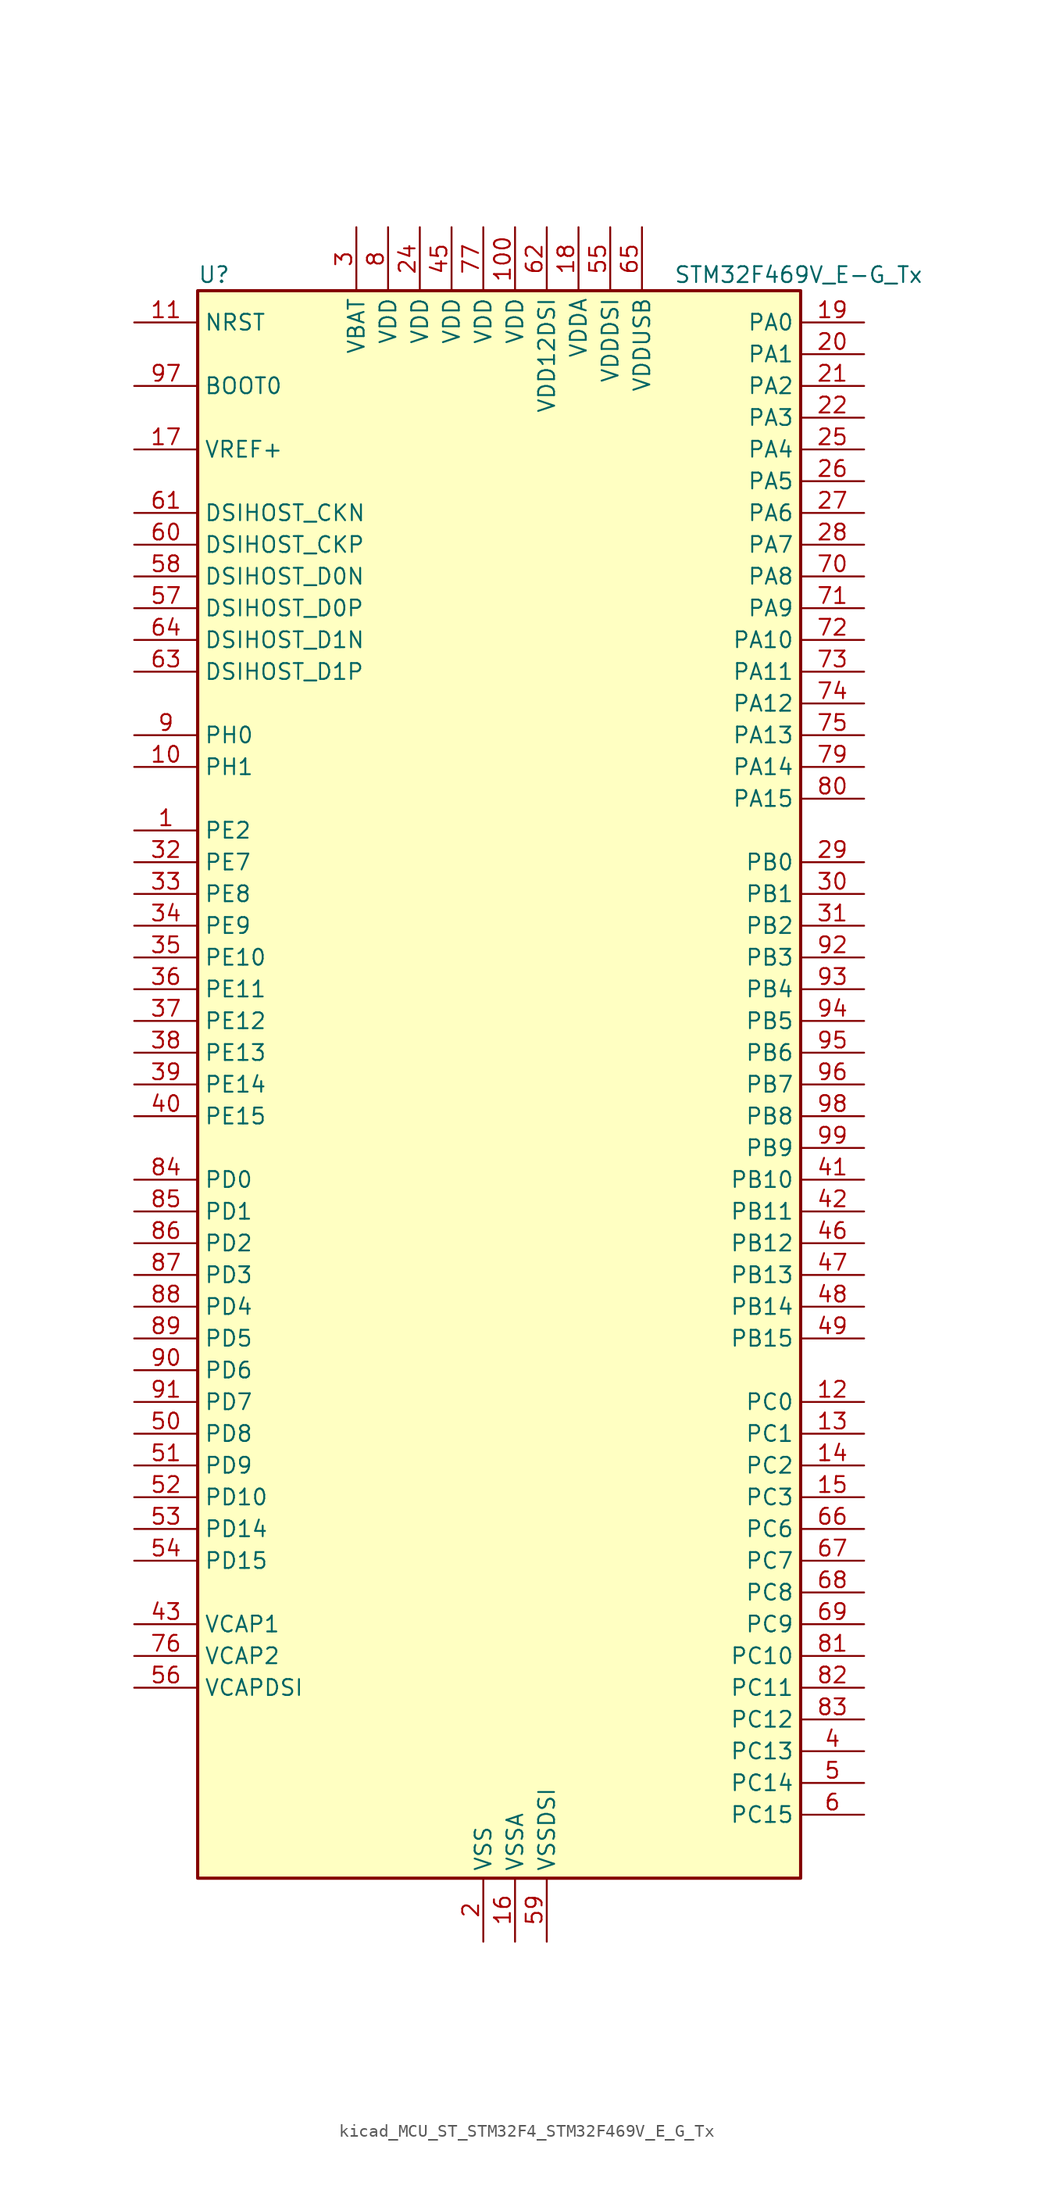
<source format=kicad_sym>
(kicad_symbol_lib
  (version 20220914)
  (generator kicad_symbol_editor)
  (symbol "kicad_MCU_ST_STM32F4_STM32F469V_E_G_Tx"
    (property "Reference" "U"
      (at -22.86 64.77 0)
      (effects (font (size 1.27 1.27)) (justify left)))
    (property "Value" "STM32F469V_E-G_Tx"
      (at 15.24 64.77 0)
      (effects (font (size 1.27 1.27)) (justify left)))
    (property "ki_locked" ""
      (at 0 0 0)
      (effects (font (size 1.27 1.27))))
    (symbol "kicad_MCU_ST_STM32F4_STM32F469V_E_G_Tx_0_1"
      (rectangle (start -22.86 -63.5) (end 25.4 63.5) (stroke (width 0.254) (type default)) (fill (type background))))
    (symbol "kicad_MCU_ST_STM32F4_STM32F469V_E_G_Tx_1_1"
      (pin bidirectional line (at -27.94 20.32 0) (length 5.08) (name "PE2" (effects (font (size 1.27 1.27)))) (number "1" (effects (font (size 1.27 1.27)))) (alternate "FMC_A23" bidirectional line) (alternate "QUADSPI_BK1_IO2" bidirectional line) (alternate "SAI1_MCLK_A" bidirectional line) (alternate "SPI4_SCK" bidirectional line) (alternate "SYS_TRACECLK" bidirectional line))
      (pin bidirectional line (at -27.94 25.4 0) (length 5.08) (name "PH1" (effects (font (size 1.27 1.27)))) (number "10" (effects (font (size 1.27 1.27)))) (alternate "RCC_OSC_OUT" bidirectional line))
      (pin power_in line (at 2.54 68.58 270) (length 5.08) (name "VDD" (effects (font (size 1.27 1.27)))) (number "100" (effects (font (size 1.27 1.27)))))
      (pin input line (at -27.94 60.96 0) (length 5.08) (name "NRST" (effects (font (size 1.27 1.27)))) (number "11" (effects (font (size 1.27 1.27)))))
      (pin bidirectional line (at 30.48 -25.4 180) (length 5.08) (name "PC0" (effects (font (size 1.27 1.27)))) (number "12" (effects (font (size 1.27 1.27)))) (alternate "ADC1_IN10" bidirectional line) (alternate "ADC2_IN10" bidirectional line) (alternate "ADC3_IN10" bidirectional line) (alternate "FMC_SDNWE" bidirectional line) (alternate "LTDC_R5" bidirectional line) (alternate "USB_OTG_HS_ULPI_STP" bidirectional line))
      (pin bidirectional line (at 30.48 -27.94 180) (length 5.08) (name "PC1" (effects (font (size 1.27 1.27)))) (number "13" (effects (font (size 1.27 1.27)))) (alternate "ADC1_IN11" bidirectional line) (alternate "ADC2_IN11" bidirectional line) (alternate "ADC3_IN11" bidirectional line) (alternate "I2S2_SD" bidirectional line) (alternate "SAI1_SD_A" bidirectional line) (alternate "SPI2_MOSI" bidirectional line) (alternate "SYS_TRACED0" bidirectional line))
      (pin bidirectional line (at 30.48 -30.48 180) (length 5.08) (name "PC2" (effects (font (size 1.27 1.27)))) (number "14" (effects (font (size 1.27 1.27)))) (alternate "ADC1_IN12" bidirectional line) (alternate "ADC2_IN12" bidirectional line) (alternate "ADC3_IN12" bidirectional line) (alternate "FMC_SDNE0" bidirectional line) (alternate "I2S2_ext_SD" bidirectional line) (alternate "SPI2_MISO" bidirectional line) (alternate "USB_OTG_HS_ULPI_DIR" bidirectional line))
      (pin bidirectional line (at 30.48 -33.02 180) (length 5.08) (name "PC3" (effects (font (size 1.27 1.27)))) (number "15" (effects (font (size 1.27 1.27)))) (alternate "ADC1_IN13" bidirectional line) (alternate "ADC2_IN13" bidirectional line) (alternate "ADC3_IN13" bidirectional line) (alternate "FMC_SDCKE0" bidirectional line) (alternate "I2S2_SD" bidirectional line) (alternate "SPI2_MOSI" bidirectional line) (alternate "USB_OTG_HS_ULPI_NXT" bidirectional line))
      (pin power_in line (at 2.54 -68.58 90) (length 5.08) (name "VSSA" (effects (font (size 1.27 1.27)))) (number "16" (effects (font (size 1.27 1.27)))))
      (pin input line (at -27.94 50.8 0) (length 5.08) (name "VREF+" (effects (font (size 1.27 1.27)))) (number "17" (effects (font (size 1.27 1.27)))))
      (pin power_in line (at 7.62 68.58 270) (length 5.08) (name "VDDA" (effects (font (size 1.27 1.27)))) (number "18" (effects (font (size 1.27 1.27)))))
      (pin bidirectional line (at 30.48 60.96 180) (length 5.08) (name "PA0" (effects (font (size 1.27 1.27)))) (number "19" (effects (font (size 1.27 1.27)))) (alternate "ADC1_IN0" bidirectional line) (alternate "ADC2_IN0" bidirectional line) (alternate "ADC3_IN0" bidirectional line) (alternate "SYS_WKUP" bidirectional line) (alternate "TIM2_CH1" bidirectional line) (alternate "TIM2_ETR" bidirectional line) (alternate "TIM5_CH1" bidirectional line) (alternate "TIM8_ETR" bidirectional line) (alternate "UART4_TX" bidirectional line) (alternate "USART2_CTS" bidirectional line))
      (pin power_in line (at 0 -68.58 90) (length 5.08) (name "VSS" (effects (font (size 1.27 1.27)))) (number "2" (effects (font (size 1.27 1.27)))))
      (pin bidirectional line (at 30.48 58.42 180) (length 5.08) (name "PA1" (effects (font (size 1.27 1.27)))) (number "20" (effects (font (size 1.27 1.27)))) (alternate "ADC1_IN1" bidirectional line) (alternate "ADC2_IN1" bidirectional line) (alternate "ADC3_IN1" bidirectional line) (alternate "LTDC_R2" bidirectional line) (alternate "QUADSPI_BK1_IO3" bidirectional line) (alternate "TIM2_CH2" bidirectional line) (alternate "TIM5_CH2" bidirectional line) (alternate "UART4_RX" bidirectional line) (alternate "USART2_RTS" bidirectional line))
      (pin bidirectional line (at 30.48 55.88 180) (length 5.08) (name "PA2" (effects (font (size 1.27 1.27)))) (number "21" (effects (font (size 1.27 1.27)))) (alternate "ADC1_IN2" bidirectional line) (alternate "ADC2_IN2" bidirectional line) (alternate "ADC3_IN2" bidirectional line) (alternate "LTDC_R1" bidirectional line) (alternate "TIM2_CH3" bidirectional line) (alternate "TIM5_CH3" bidirectional line) (alternate "TIM9_CH1" bidirectional line) (alternate "USART2_TX" bidirectional line))
      (pin bidirectional line (at 30.48 53.34 180) (length 5.08) (name "PA3" (effects (font (size 1.27 1.27)))) (number "22" (effects (font (size 1.27 1.27)))) (alternate "ADC1_IN3" bidirectional line) (alternate "ADC2_IN3" bidirectional line) (alternate "ADC3_IN3" bidirectional line) (alternate "LTDC_B2" bidirectional line) (alternate "LTDC_B5" bidirectional line) (alternate "TIM2_CH4" bidirectional line) (alternate "TIM5_CH4" bidirectional line) (alternate "TIM9_CH2" bidirectional line) (alternate "USART2_RX" bidirectional line) (alternate "USB_OTG_HS_ULPI_D0" bidirectional line))
      (pin passive line (at 0 -68.58 90) (length 5.08) hide (name "VSS" (effects (font (size 1.27 1.27)))) (number "23" (effects (font (size 1.27 1.27)))))
      (pin power_in line (at -5.08 68.58 270) (length 5.08) (name "VDD" (effects (font (size 1.27 1.27)))) (number "24" (effects (font (size 1.27 1.27)))))
      (pin bidirectional line (at 30.48 50.8 180) (length 5.08) (name "PA4" (effects (font (size 1.27 1.27)))) (number "25" (effects (font (size 1.27 1.27)))) (alternate "ADC1_IN4" bidirectional line) (alternate "ADC2_IN4" bidirectional line) (alternate "DAC_OUT1" bidirectional line) (alternate "DCMI_HSYNC" bidirectional line) (alternate "I2S3_WS" bidirectional line) (alternate "LTDC_VSYNC" bidirectional line) (alternate "SPI1_NSS" bidirectional line) (alternate "SPI3_NSS" bidirectional line) (alternate "USART2_CK" bidirectional line) (alternate "USB_OTG_HS_SOF" bidirectional line))
      (pin bidirectional line (at 30.48 48.26 180) (length 5.08) (name "PA5" (effects (font (size 1.27 1.27)))) (number "26" (effects (font (size 1.27 1.27)))) (alternate "ADC1_IN5" bidirectional line) (alternate "ADC2_IN5" bidirectional line) (alternate "DAC_OUT2" bidirectional line) (alternate "LTDC_R4" bidirectional line) (alternate "SPI1_SCK" bidirectional line) (alternate "TIM2_CH1" bidirectional line) (alternate "TIM2_ETR" bidirectional line) (alternate "TIM8_CH1N" bidirectional line) (alternate "USB_OTG_HS_ULPI_CK" bidirectional line))
      (pin bidirectional line (at 30.48 45.72 180) (length 5.08) (name "PA6" (effects (font (size 1.27 1.27)))) (number "27" (effects (font (size 1.27 1.27)))) (alternate "ADC1_IN6" bidirectional line) (alternate "ADC2_IN6" bidirectional line) (alternate "DCMI_PIXCLK" bidirectional line) (alternate "LTDC_G2" bidirectional line) (alternate "SPI1_MISO" bidirectional line) (alternate "TIM13_CH1" bidirectional line) (alternate "TIM1_BKIN" bidirectional line) (alternate "TIM3_CH1" bidirectional line) (alternate "TIM8_BKIN" bidirectional line))
      (pin bidirectional line (at 30.48 43.18 180) (length 5.08) (name "PA7" (effects (font (size 1.27 1.27)))) (number "28" (effects (font (size 1.27 1.27)))) (alternate "ADC1_IN7" bidirectional line) (alternate "ADC2_IN7" bidirectional line) (alternate "FMC_SDNWE" bidirectional line) (alternate "QUADSPI_CLK" bidirectional line) (alternate "SPI1_MOSI" bidirectional line) (alternate "TIM14_CH1" bidirectional line) (alternate "TIM1_CH1N" bidirectional line) (alternate "TIM3_CH2" bidirectional line) (alternate "TIM8_CH1N" bidirectional line))
      (pin bidirectional line (at 30.48 17.78 180) (length 5.08) (name "PB0" (effects (font (size 1.27 1.27)))) (number "29" (effects (font (size 1.27 1.27)))) (alternate "ADC1_IN8" bidirectional line) (alternate "ADC2_IN8" bidirectional line) (alternate "LTDC_G1" bidirectional line) (alternate "LTDC_R3" bidirectional line) (alternate "TIM1_CH2N" bidirectional line) (alternate "TIM3_CH3" bidirectional line) (alternate "TIM8_CH2N" bidirectional line) (alternate "USB_OTG_HS_ULPI_D1" bidirectional line))
      (pin power_in line (at -10.16 68.58 270) (length 5.08) (name "VBAT" (effects (font (size 1.27 1.27)))) (number "3" (effects (font (size 1.27 1.27)))))
      (pin bidirectional line (at 30.48 15.24 180) (length 5.08) (name "PB1" (effects (font (size 1.27 1.27)))) (number "30" (effects (font (size 1.27 1.27)))) (alternate "ADC1_IN9" bidirectional line) (alternate "ADC2_IN9" bidirectional line) (alternate "LTDC_G0" bidirectional line) (alternate "LTDC_R6" bidirectional line) (alternate "TIM1_CH3N" bidirectional line) (alternate "TIM3_CH4" bidirectional line) (alternate "TIM8_CH3N" bidirectional line) (alternate "USB_OTG_HS_ULPI_D2" bidirectional line))
      (pin bidirectional line (at 30.48 12.7 180) (length 5.08) (name "PB2" (effects (font (size 1.27 1.27)))) (number "31" (effects (font (size 1.27 1.27)))))
      (pin bidirectional line (at -27.94 17.78 0) (length 5.08) (name "PE7" (effects (font (size 1.27 1.27)))) (number "32" (effects (font (size 1.27 1.27)))) (alternate "FMC_D4" bidirectional line) (alternate "FMC_DA4" bidirectional line) (alternate "QUADSPI_BK2_IO0" bidirectional line) (alternate "TIM1_ETR" bidirectional line) (alternate "UART7_RX" bidirectional line))
      (pin bidirectional line (at -27.94 15.24 0) (length 5.08) (name "PE8" (effects (font (size 1.27 1.27)))) (number "33" (effects (font (size 1.27 1.27)))) (alternate "FMC_D5" bidirectional line) (alternate "FMC_DA5" bidirectional line) (alternate "QUADSPI_BK2_IO1" bidirectional line) (alternate "TIM1_CH1N" bidirectional line) (alternate "UART7_TX" bidirectional line))
      (pin bidirectional line (at -27.94 12.7 0) (length 5.08) (name "PE9" (effects (font (size 1.27 1.27)))) (number "34" (effects (font (size 1.27 1.27)))) (alternate "DAC_EXTI9" bidirectional line) (alternate "FMC_D6" bidirectional line) (alternate "FMC_DA6" bidirectional line) (alternate "QUADSPI_BK2_IO2" bidirectional line) (alternate "TIM1_CH1" bidirectional line))
      (pin bidirectional line (at -27.94 10.16 0) (length 5.08) (name "PE10" (effects (font (size 1.27 1.27)))) (number "35" (effects (font (size 1.27 1.27)))) (alternate "FMC_D7" bidirectional line) (alternate "FMC_DA7" bidirectional line) (alternate "QUADSPI_BK2_IO3" bidirectional line) (alternate "TIM1_CH2N" bidirectional line))
      (pin bidirectional line (at -27.94 7.62 0) (length 5.08) (name "PE11" (effects (font (size 1.27 1.27)))) (number "36" (effects (font (size 1.27 1.27)))) (alternate "ADC1_EXTI11" bidirectional line) (alternate "ADC2_EXTI11" bidirectional line) (alternate "ADC3_EXTI11" bidirectional line) (alternate "FMC_D8" bidirectional line) (alternate "FMC_DA8" bidirectional line) (alternate "LTDC_G3" bidirectional line) (alternate "SPI4_NSS" bidirectional line) (alternate "TIM1_CH2" bidirectional line))
      (pin bidirectional line (at -27.94 5.08 0) (length 5.08) (name "PE12" (effects (font (size 1.27 1.27)))) (number "37" (effects (font (size 1.27 1.27)))) (alternate "FMC_D9" bidirectional line) (alternate "FMC_DA9" bidirectional line) (alternate "LTDC_B4" bidirectional line) (alternate "SPI4_SCK" bidirectional line) (alternate "TIM1_CH3N" bidirectional line))
      (pin bidirectional line (at -27.94 2.54 0) (length 5.08) (name "PE13" (effects (font (size 1.27 1.27)))) (number "38" (effects (font (size 1.27 1.27)))) (alternate "FMC_D10" bidirectional line) (alternate "FMC_DA10" bidirectional line) (alternate "LTDC_DE" bidirectional line) (alternate "SPI4_MISO" bidirectional line) (alternate "TIM1_CH3" bidirectional line))
      (pin bidirectional line (at -27.94 0 0) (length 5.08) (name "PE14" (effects (font (size 1.27 1.27)))) (number "39" (effects (font (size 1.27 1.27)))) (alternate "FMC_D11" bidirectional line) (alternate "FMC_DA11" bidirectional line) (alternate "LTDC_CLK" bidirectional line) (alternate "SPI4_MOSI" bidirectional line) (alternate "TIM1_CH4" bidirectional line))
      (pin bidirectional line (at 30.48 -53.34 180) (length 5.08) (name "PC13" (effects (font (size 1.27 1.27)))) (number "4" (effects (font (size 1.27 1.27)))) (alternate "RTC_AF1" bidirectional line))
      (pin bidirectional line (at -27.94 -2.54 0) (length 5.08) (name "PE15" (effects (font (size 1.27 1.27)))) (number "40" (effects (font (size 1.27 1.27)))) (alternate "ADC1_EXTI15" bidirectional line) (alternate "ADC2_EXTI15" bidirectional line) (alternate "ADC3_EXTI15" bidirectional line) (alternate "FMC_D12" bidirectional line) (alternate "FMC_DA12" bidirectional line) (alternate "LTDC_R7" bidirectional line) (alternate "TIM1_BKIN" bidirectional line))
      (pin bidirectional line (at 30.48 -7.62 180) (length 5.08) (name "PB10" (effects (font (size 1.27 1.27)))) (number "41" (effects (font (size 1.27 1.27)))) (alternate "I2C2_SCL" bidirectional line) (alternate "I2S2_CK" bidirectional line) (alternate "LTDC_G4" bidirectional line) (alternate "QUADSPI_BK1_NCS" bidirectional line) (alternate "SPI2_SCK" bidirectional line) (alternate "TIM2_CH3" bidirectional line) (alternate "USART3_TX" bidirectional line) (alternate "USB_OTG_HS_ULPI_D3" bidirectional line))
      (pin bidirectional line (at 30.48 -10.16 180) (length 5.08) (name "PB11" (effects (font (size 1.27 1.27)))) (number "42" (effects (font (size 1.27 1.27)))) (alternate "ADC1_EXTI11" bidirectional line) (alternate "ADC2_EXTI11" bidirectional line) (alternate "ADC3_EXTI11" bidirectional line) (alternate "DSIHOST_TE" bidirectional line) (alternate "I2C2_SDA" bidirectional line) (alternate "LTDC_G5" bidirectional line) (alternate "TIM2_CH4" bidirectional line) (alternate "USART3_RX" bidirectional line) (alternate "USB_OTG_HS_ULPI_D4" bidirectional line))
      (pin power_out line (at -27.94 -43.18 0) (length 5.08) (name "VCAP1" (effects (font (size 1.27 1.27)))) (number "43" (effects (font (size 1.27 1.27)))))
      (pin passive line (at 0 -68.58 90) (length 5.08) hide (name "VSS" (effects (font (size 1.27 1.27)))) (number "44" (effects (font (size 1.27 1.27)))))
      (pin power_in line (at -2.54 68.58 270) (length 5.08) (name "VDD" (effects (font (size 1.27 1.27)))) (number "45" (effects (font (size 1.27 1.27)))))
      (pin bidirectional line (at 30.48 -12.7 180) (length 5.08) (name "PB12" (effects (font (size 1.27 1.27)))) (number "46" (effects (font (size 1.27 1.27)))) (alternate "CAN2_RX" bidirectional line) (alternate "I2C2_SMBA" bidirectional line) (alternate "I2S2_WS" bidirectional line) (alternate "SPI2_NSS" bidirectional line) (alternate "TIM1_BKIN" bidirectional line) (alternate "USART3_CK" bidirectional line) (alternate "USB_OTG_HS_ID" bidirectional line) (alternate "USB_OTG_HS_ULPI_D5" bidirectional line))
      (pin bidirectional line (at 30.48 -15.24 180) (length 5.08) (name "PB13" (effects (font (size 1.27 1.27)))) (number "47" (effects (font (size 1.27 1.27)))) (alternate "CAN2_TX" bidirectional line) (alternate "I2S2_CK" bidirectional line) (alternate "SPI2_SCK" bidirectional line) (alternate "TIM1_CH1N" bidirectional line) (alternate "USART3_CTS" bidirectional line) (alternate "USB_OTG_HS_ULPI_D6" bidirectional line) (alternate "USB_OTG_HS_VBUS" bidirectional line))
      (pin bidirectional line (at 30.48 -17.78 180) (length 5.08) (name "PB14" (effects (font (size 1.27 1.27)))) (number "48" (effects (font (size 1.27 1.27)))) (alternate "I2S2_ext_SD" bidirectional line) (alternate "SPI2_MISO" bidirectional line) (alternate "TIM12_CH1" bidirectional line) (alternate "TIM1_CH2N" bidirectional line) (alternate "TIM8_CH2N" bidirectional line) (alternate "USART3_RTS" bidirectional line) (alternate "USB_OTG_HS_DM" bidirectional line))
      (pin bidirectional line (at 30.48 -20.32 180) (length 5.08) (name "PB15" (effects (font (size 1.27 1.27)))) (number "49" (effects (font (size 1.27 1.27)))) (alternate "ADC1_EXTI15" bidirectional line) (alternate "ADC2_EXTI15" bidirectional line) (alternate "ADC3_EXTI15" bidirectional line) (alternate "I2S2_SD" bidirectional line) (alternate "RTC_REFIN" bidirectional line) (alternate "SPI2_MOSI" bidirectional line) (alternate "TIM12_CH2" bidirectional line) (alternate "TIM1_CH3N" bidirectional line) (alternate "TIM8_CH3N" bidirectional line) (alternate "USB_OTG_HS_DP" bidirectional line))
      (pin bidirectional line (at 30.48 -55.88 180) (length 5.08) (name "PC14" (effects (font (size 1.27 1.27)))) (number "5" (effects (font (size 1.27 1.27)))) (alternate "RCC_OSC32_IN" bidirectional line))
      (pin bidirectional line (at -27.94 -27.94 0) (length 5.08) (name "PD8" (effects (font (size 1.27 1.27)))) (number "50" (effects (font (size 1.27 1.27)))) (alternate "FMC_D13" bidirectional line) (alternate "FMC_DA13" bidirectional line) (alternate "USART3_TX" bidirectional line))
      (pin bidirectional line (at -27.94 -30.48 0) (length 5.08) (name "PD9" (effects (font (size 1.27 1.27)))) (number "51" (effects (font (size 1.27 1.27)))) (alternate "DAC_EXTI9" bidirectional line) (alternate "FMC_D14" bidirectional line) (alternate "FMC_DA14" bidirectional line) (alternate "USART3_RX" bidirectional line))
      (pin bidirectional line (at -27.94 -33.02 0) (length 5.08) (name "PD10" (effects (font (size 1.27 1.27)))) (number "52" (effects (font (size 1.27 1.27)))) (alternate "FMC_D15" bidirectional line) (alternate "FMC_DA15" bidirectional line) (alternate "LTDC_B3" bidirectional line) (alternate "USART3_CK" bidirectional line))
      (pin bidirectional line (at -27.94 -35.56 0) (length 5.08) (name "PD14" (effects (font (size 1.27 1.27)))) (number "53" (effects (font (size 1.27 1.27)))) (alternate "FMC_D0" bidirectional line) (alternate "FMC_DA0" bidirectional line) (alternate "TIM4_CH3" bidirectional line))
      (pin bidirectional line (at -27.94 -38.1 0) (length 5.08) (name "PD15" (effects (font (size 1.27 1.27)))) (number "54" (effects (font (size 1.27 1.27)))) (alternate "ADC1_EXTI15" bidirectional line) (alternate "ADC2_EXTI15" bidirectional line) (alternate "ADC3_EXTI15" bidirectional line) (alternate "FMC_D1" bidirectional line) (alternate "FMC_DA1" bidirectional line) (alternate "TIM4_CH4" bidirectional line))
      (pin power_in line (at 10.16 68.58 270) (length 5.08) (name "VDDDSI" (effects (font (size 1.27 1.27)))) (number "55" (effects (font (size 1.27 1.27)))))
      (pin power_out line (at -27.94 -48.26 0) (length 5.08) (name "VCAPDSI" (effects (font (size 1.27 1.27)))) (number "56" (effects (font (size 1.27 1.27)))))
      (pin bidirectional line (at -27.94 38.1 0) (length 5.08) (name "DSIHOST_D0P" (effects (font (size 1.27 1.27)))) (number "57" (effects (font (size 1.27 1.27)))) (alternate "DSIHOST_D0P" bidirectional line))
      (pin bidirectional line (at -27.94 40.64 0) (length 5.08) (name "DSIHOST_D0N" (effects (font (size 1.27 1.27)))) (number "58" (effects (font (size 1.27 1.27)))) (alternate "DSIHOST_D0N" bidirectional line))
      (pin power_in line (at 5.08 -68.58 90) (length 5.08) (name "VSSDSI" (effects (font (size 1.27 1.27)))) (number "59" (effects (font (size 1.27 1.27)))))
      (pin bidirectional line (at 30.48 -58.42 180) (length 5.08) (name "PC15" (effects (font (size 1.27 1.27)))) (number "6" (effects (font (size 1.27 1.27)))) (alternate "ADC1_EXTI15" bidirectional line) (alternate "ADC2_EXTI15" bidirectional line) (alternate "ADC3_EXTI15" bidirectional line) (alternate "RCC_OSC32_OUT" bidirectional line))
      (pin bidirectional line (at -27.94 43.18 0) (length 5.08) (name "DSIHOST_CKP" (effects (font (size 1.27 1.27)))) (number "60" (effects (font (size 1.27 1.27)))) (alternate "DSIHOST_CKP" bidirectional line))
      (pin bidirectional line (at -27.94 45.72 0) (length 5.08) (name "DSIHOST_CKN" (effects (font (size 1.27 1.27)))) (number "61" (effects (font (size 1.27 1.27)))) (alternate "DSIHOST_CKN" bidirectional line))
      (pin power_in line (at 5.08 68.58 270) (length 5.08) (name "VDD12DSI" (effects (font (size 1.27 1.27)))) (number "62" (effects (font (size 1.27 1.27)))))
      (pin bidirectional line (at -27.94 33.02 0) (length 5.08) (name "DSIHOST_D1P" (effects (font (size 1.27 1.27)))) (number "63" (effects (font (size 1.27 1.27)))) (alternate "DSIHOST_D1P" bidirectional line))
      (pin bidirectional line (at -27.94 35.56 0) (length 5.08) (name "DSIHOST_D1N" (effects (font (size 1.27 1.27)))) (number "64" (effects (font (size 1.27 1.27)))) (alternate "DSIHOST_D1N" bidirectional line))
      (pin power_in line (at 12.7 68.58 270) (length 5.08) (name "VDDUSB" (effects (font (size 1.27 1.27)))) (number "65" (effects (font (size 1.27 1.27)))))
      (pin bidirectional line (at 30.48 -35.56 180) (length 5.08) (name "PC6" (effects (font (size 1.27 1.27)))) (number "66" (effects (font (size 1.27 1.27)))) (alternate "DCMI_D0" bidirectional line) (alternate "I2S2_MCK" bidirectional line) (alternate "LTDC_HSYNC" bidirectional line) (alternate "SDIO_D6" bidirectional line) (alternate "TIM3_CH1" bidirectional line) (alternate "TIM8_CH1" bidirectional line) (alternate "USART6_TX" bidirectional line))
      (pin bidirectional line (at 30.48 -38.1 180) (length 5.08) (name "PC7" (effects (font (size 1.27 1.27)))) (number "67" (effects (font (size 1.27 1.27)))) (alternate "DCMI_D1" bidirectional line) (alternate "I2S3_MCK" bidirectional line) (alternate "LTDC_G6" bidirectional line) (alternate "SDIO_D7" bidirectional line) (alternate "TIM3_CH2" bidirectional line) (alternate "TIM8_CH2" bidirectional line) (alternate "USART6_RX" bidirectional line))
      (pin bidirectional line (at 30.48 -40.64 180) (length 5.08) (name "PC8" (effects (font (size 1.27 1.27)))) (number "68" (effects (font (size 1.27 1.27)))) (alternate "DCMI_D2" bidirectional line) (alternate "SDIO_D0" bidirectional line) (alternate "SYS_TRACED1" bidirectional line) (alternate "TIM3_CH3" bidirectional line) (alternate "TIM8_CH3" bidirectional line) (alternate "USART6_CK" bidirectional line))
      (pin bidirectional line (at 30.48 -43.18 180) (length 5.08) (name "PC9" (effects (font (size 1.27 1.27)))) (number "69" (effects (font (size 1.27 1.27)))) (alternate "DAC_EXTI9" bidirectional line) (alternate "DCMI_D3" bidirectional line) (alternate "I2C3_SDA" bidirectional line) (alternate "I2S_CKIN" bidirectional line) (alternate "QUADSPI_BK1_IO0" bidirectional line) (alternate "RCC_MCO_2" bidirectional line) (alternate "SDIO_D1" bidirectional line) (alternate "TIM3_CH4" bidirectional line) (alternate "TIM8_CH4" bidirectional line))
      (pin passive line (at 0 -68.58 90) (length 5.08) hide (name "VSS" (effects (font (size 1.27 1.27)))) (number "7" (effects (font (size 1.27 1.27)))))
      (pin bidirectional line (at 30.48 40.64 180) (length 5.08) (name "PA8" (effects (font (size 1.27 1.27)))) (number "70" (effects (font (size 1.27 1.27)))) (alternate "I2C3_SCL" bidirectional line) (alternate "LTDC_R6" bidirectional line) (alternate "RCC_MCO_1" bidirectional line) (alternate "TIM1_CH1" bidirectional line) (alternate "USART1_CK" bidirectional line) (alternate "USB_OTG_FS_SOF" bidirectional line))
      (pin bidirectional line (at 30.48 38.1 180) (length 5.08) (name "PA9" (effects (font (size 1.27 1.27)))) (number "71" (effects (font (size 1.27 1.27)))) (alternate "DAC_EXTI9" bidirectional line) (alternate "DCMI_D0" bidirectional line) (alternate "I2C3_SMBA" bidirectional line) (alternate "I2S2_CK" bidirectional line) (alternate "SPI2_SCK" bidirectional line) (alternate "TIM1_CH2" bidirectional line) (alternate "USART1_TX" bidirectional line) (alternate "USB_OTG_FS_VBUS" bidirectional line))
      (pin bidirectional line (at 30.48 35.56 180) (length 5.08) (name "PA10" (effects (font (size 1.27 1.27)))) (number "72" (effects (font (size 1.27 1.27)))) (alternate "DCMI_D1" bidirectional line) (alternate "TIM1_CH3" bidirectional line) (alternate "USART1_RX" bidirectional line) (alternate "USB_OTG_FS_ID" bidirectional line))
      (pin bidirectional line (at 30.48 33.02 180) (length 5.08) (name "PA11" (effects (font (size 1.27 1.27)))) (number "73" (effects (font (size 1.27 1.27)))) (alternate "ADC1_EXTI11" bidirectional line) (alternate "ADC2_EXTI11" bidirectional line) (alternate "ADC3_EXTI11" bidirectional line) (alternate "CAN1_RX" bidirectional line) (alternate "LTDC_R4" bidirectional line) (alternate "TIM1_CH4" bidirectional line) (alternate "USART1_CTS" bidirectional line) (alternate "USB_OTG_FS_DM" bidirectional line))
      (pin bidirectional line (at 30.48 30.48 180) (length 5.08) (name "PA12" (effects (font (size 1.27 1.27)))) (number "74" (effects (font (size 1.27 1.27)))) (alternate "CAN1_TX" bidirectional line) (alternate "LTDC_R5" bidirectional line) (alternate "TIM1_ETR" bidirectional line) (alternate "USART1_RTS" bidirectional line) (alternate "USB_OTG_FS_DP" bidirectional line))
      (pin bidirectional line (at 30.48 27.94 180) (length 5.08) (name "PA13" (effects (font (size 1.27 1.27)))) (number "75" (effects (font (size 1.27 1.27)))) (alternate "SYS_JTMS-SWDIO" bidirectional line))
      (pin power_out line (at -27.94 -45.72 0) (length 5.08) (name "VCAP2" (effects (font (size 1.27 1.27)))) (number "76" (effects (font (size 1.27 1.27)))))
      (pin power_in line (at 0 68.58 270) (length 5.08) (name "VDD" (effects (font (size 1.27 1.27)))) (number "77" (effects (font (size 1.27 1.27)))))
      (pin passive line (at 0 -68.58 90) (length 5.08) hide (name "VSS" (effects (font (size 1.27 1.27)))) (number "78" (effects (font (size 1.27 1.27)))))
      (pin bidirectional line (at 30.48 25.4 180) (length 5.08) (name "PA14" (effects (font (size 1.27 1.27)))) (number "79" (effects (font (size 1.27 1.27)))) (alternate "SYS_JTCK-SWCLK" bidirectional line))
      (pin power_in line (at -7.62 68.58 270) (length 5.08) (name "VDD" (effects (font (size 1.27 1.27)))) (number "8" (effects (font (size 1.27 1.27)))))
      (pin bidirectional line (at 30.48 22.86 180) (length 5.08) (name "PA15" (effects (font (size 1.27 1.27)))) (number "80" (effects (font (size 1.27 1.27)))) (alternate "ADC1_EXTI15" bidirectional line) (alternate "ADC2_EXTI15" bidirectional line) (alternate "ADC3_EXTI15" bidirectional line) (alternate "I2S3_WS" bidirectional line) (alternate "SPI1_NSS" bidirectional line) (alternate "SPI3_NSS" bidirectional line) (alternate "SYS_JTDI" bidirectional line) (alternate "TIM2_CH1" bidirectional line) (alternate "TIM2_ETR" bidirectional line))
      (pin bidirectional line (at 30.48 -45.72 180) (length 5.08) (name "PC10" (effects (font (size 1.27 1.27)))) (number "81" (effects (font (size 1.27 1.27)))) (alternate "DCMI_D8" bidirectional line) (alternate "I2S3_CK" bidirectional line) (alternate "LTDC_R2" bidirectional line) (alternate "QUADSPI_BK1_IO1" bidirectional line) (alternate "SDIO_D2" bidirectional line) (alternate "SPI3_SCK" bidirectional line) (alternate "UART4_TX" bidirectional line) (alternate "USART3_TX" bidirectional line))
      (pin bidirectional line (at 30.48 -48.26 180) (length 5.08) (name "PC11" (effects (font (size 1.27 1.27)))) (number "82" (effects (font (size 1.27 1.27)))) (alternate "ADC1_EXTI11" bidirectional line) (alternate "ADC2_EXTI11" bidirectional line) (alternate "ADC3_EXTI11" bidirectional line) (alternate "DCMI_D4" bidirectional line) (alternate "I2S3_ext_SD" bidirectional line) (alternate "QUADSPI_BK2_NCS" bidirectional line) (alternate "SDIO_D3" bidirectional line) (alternate "SPI3_MISO" bidirectional line) (alternate "UART4_RX" bidirectional line) (alternate "USART3_RX" bidirectional line))
      (pin bidirectional line (at 30.48 -50.8 180) (length 5.08) (name "PC12" (effects (font (size 1.27 1.27)))) (number "83" (effects (font (size 1.27 1.27)))) (alternate "DCMI_D9" bidirectional line) (alternate "I2S3_SD" bidirectional line) (alternate "SDIO_CK" bidirectional line) (alternate "SPI3_MOSI" bidirectional line) (alternate "SYS_TRACED3" bidirectional line) (alternate "UART5_TX" bidirectional line) (alternate "USART3_CK" bidirectional line))
      (pin bidirectional line (at -27.94 -7.62 0) (length 5.08) (name "PD0" (effects (font (size 1.27 1.27)))) (number "84" (effects (font (size 1.27 1.27)))) (alternate "CAN1_RX" bidirectional line) (alternate "FMC_D2" bidirectional line) (alternate "FMC_DA2" bidirectional line))
      (pin bidirectional line (at -27.94 -10.16 0) (length 5.08) (name "PD1" (effects (font (size 1.27 1.27)))) (number "85" (effects (font (size 1.27 1.27)))) (alternate "CAN1_TX" bidirectional line) (alternate "FMC_D3" bidirectional line) (alternate "FMC_DA3" bidirectional line))
      (pin bidirectional line (at -27.94 -12.7 0) (length 5.08) (name "PD2" (effects (font (size 1.27 1.27)))) (number "86" (effects (font (size 1.27 1.27)))) (alternate "DCMI_D11" bidirectional line) (alternate "SDIO_CMD" bidirectional line) (alternate "SYS_TRACED2" bidirectional line) (alternate "TIM3_ETR" bidirectional line) (alternate "UART5_RX" bidirectional line))
      (pin bidirectional line (at -27.94 -15.24 0) (length 5.08) (name "PD3" (effects (font (size 1.27 1.27)))) (number "87" (effects (font (size 1.27 1.27)))) (alternate "DCMI_D5" bidirectional line) (alternate "FMC_CLK" bidirectional line) (alternate "I2S2_CK" bidirectional line) (alternate "LTDC_G7" bidirectional line) (alternate "SPI2_SCK" bidirectional line) (alternate "USART2_CTS" bidirectional line))
      (pin bidirectional line (at -27.94 -17.78 0) (length 5.08) (name "PD4" (effects (font (size 1.27 1.27)))) (number "88" (effects (font (size 1.27 1.27)))) (alternate "FMC_NOE" bidirectional line) (alternate "USART2_RTS" bidirectional line))
      (pin bidirectional line (at -27.94 -20.32 0) (length 5.08) (name "PD5" (effects (font (size 1.27 1.27)))) (number "89" (effects (font (size 1.27 1.27)))) (alternate "FMC_NWE" bidirectional line) (alternate "USART2_TX" bidirectional line))
      (pin bidirectional line (at -27.94 27.94 0) (length 5.08) (name "PH0" (effects (font (size 1.27 1.27)))) (number "9" (effects (font (size 1.27 1.27)))) (alternate "RCC_OSC_IN" bidirectional line))
      (pin bidirectional line (at -27.94 -22.86 0) (length 5.08) (name "PD6" (effects (font (size 1.27 1.27)))) (number "90" (effects (font (size 1.27 1.27)))) (alternate "DCMI_D10" bidirectional line) (alternate "FMC_NWAIT" bidirectional line) (alternate "I2S3_SD" bidirectional line) (alternate "LTDC_B2" bidirectional line) (alternate "SAI1_SD_A" bidirectional line) (alternate "SPI3_MOSI" bidirectional line) (alternate "USART2_RX" bidirectional line))
      (pin bidirectional line (at -27.94 -25.4 0) (length 5.08) (name "PD7" (effects (font (size 1.27 1.27)))) (number "91" (effects (font (size 1.27 1.27)))) (alternate "FMC_NE1" bidirectional line) (alternate "USART2_CK" bidirectional line))
      (pin bidirectional line (at 30.48 10.16 180) (length 5.08) (name "PB3" (effects (font (size 1.27 1.27)))) (number "92" (effects (font (size 1.27 1.27)))) (alternate "I2S3_CK" bidirectional line) (alternate "SPI1_SCK" bidirectional line) (alternate "SPI3_SCK" bidirectional line) (alternate "SYS_JTDO-SWO" bidirectional line) (alternate "TIM2_CH2" bidirectional line))
      (pin bidirectional line (at 30.48 7.62 180) (length 5.08) (name "PB4" (effects (font (size 1.27 1.27)))) (number "93" (effects (font (size 1.27 1.27)))) (alternate "I2S3_ext_SD" bidirectional line) (alternate "SPI1_MISO" bidirectional line) (alternate "SPI3_MISO" bidirectional line) (alternate "SYS_JTRST" bidirectional line) (alternate "TIM3_CH1" bidirectional line))
      (pin bidirectional line (at 30.48 5.08 180) (length 5.08) (name "PB5" (effects (font (size 1.27 1.27)))) (number "94" (effects (font (size 1.27 1.27)))) (alternate "CAN2_RX" bidirectional line) (alternate "DCMI_D10" bidirectional line) (alternate "FMC_SDCKE1" bidirectional line) (alternate "I2C1_SMBA" bidirectional line) (alternate "I2S3_SD" bidirectional line) (alternate "LTDC_G7" bidirectional line) (alternate "SPI1_MOSI" bidirectional line) (alternate "SPI3_MOSI" bidirectional line) (alternate "TIM3_CH2" bidirectional line) (alternate "USB_OTG_HS_ULPI_D7" bidirectional line))
      (pin bidirectional line (at 30.48 2.54 180) (length 5.08) (name "PB6" (effects (font (size 1.27 1.27)))) (number "95" (effects (font (size 1.27 1.27)))) (alternate "CAN2_TX" bidirectional line) (alternate "DCMI_D5" bidirectional line) (alternate "FMC_SDNE1" bidirectional line) (alternate "I2C1_SCL" bidirectional line) (alternate "QUADSPI_BK1_NCS" bidirectional line) (alternate "TIM4_CH1" bidirectional line) (alternate "USART1_TX" bidirectional line))
      (pin bidirectional line (at 30.48 0 180) (length 5.08) (name "PB7" (effects (font (size 1.27 1.27)))) (number "96" (effects (font (size 1.27 1.27)))) (alternate "DCMI_VSYNC" bidirectional line) (alternate "FMC_NL" bidirectional line) (alternate "I2C1_SDA" bidirectional line) (alternate "TIM4_CH2" bidirectional line) (alternate "USART1_RX" bidirectional line))
      (pin input line (at -27.94 55.88 0) (length 5.08) (name "BOOT0" (effects (font (size 1.27 1.27)))) (number "97" (effects (font (size 1.27 1.27)))))
      (pin bidirectional line (at 30.48 -2.54 180) (length 5.08) (name "PB8" (effects (font (size 1.27 1.27)))) (number "98" (effects (font (size 1.27 1.27)))) (alternate "CAN1_RX" bidirectional line) (alternate "DCMI_D6" bidirectional line) (alternate "I2C1_SCL" bidirectional line) (alternate "LTDC_B6" bidirectional line) (alternate "SDIO_D4" bidirectional line) (alternate "TIM10_CH1" bidirectional line) (alternate "TIM4_CH3" bidirectional line))
      (pin bidirectional line (at 30.48 -5.08 180) (length 5.08) (name "PB9" (effects (font (size 1.27 1.27)))) (number "99" (effects (font (size 1.27 1.27)))) (alternate "CAN1_TX" bidirectional line) (alternate "DAC_EXTI9" bidirectional line) (alternate "DCMI_D7" bidirectional line) (alternate "I2C1_SDA" bidirectional line) (alternate "I2S2_WS" bidirectional line) (alternate "LTDC_B7" bidirectional line) (alternate "SDIO_D5" bidirectional line) (alternate "SPI2_NSS" bidirectional line) (alternate "TIM11_CH1" bidirectional line) (alternate "TIM4_CH4" bidirectional line)))))
</source>
